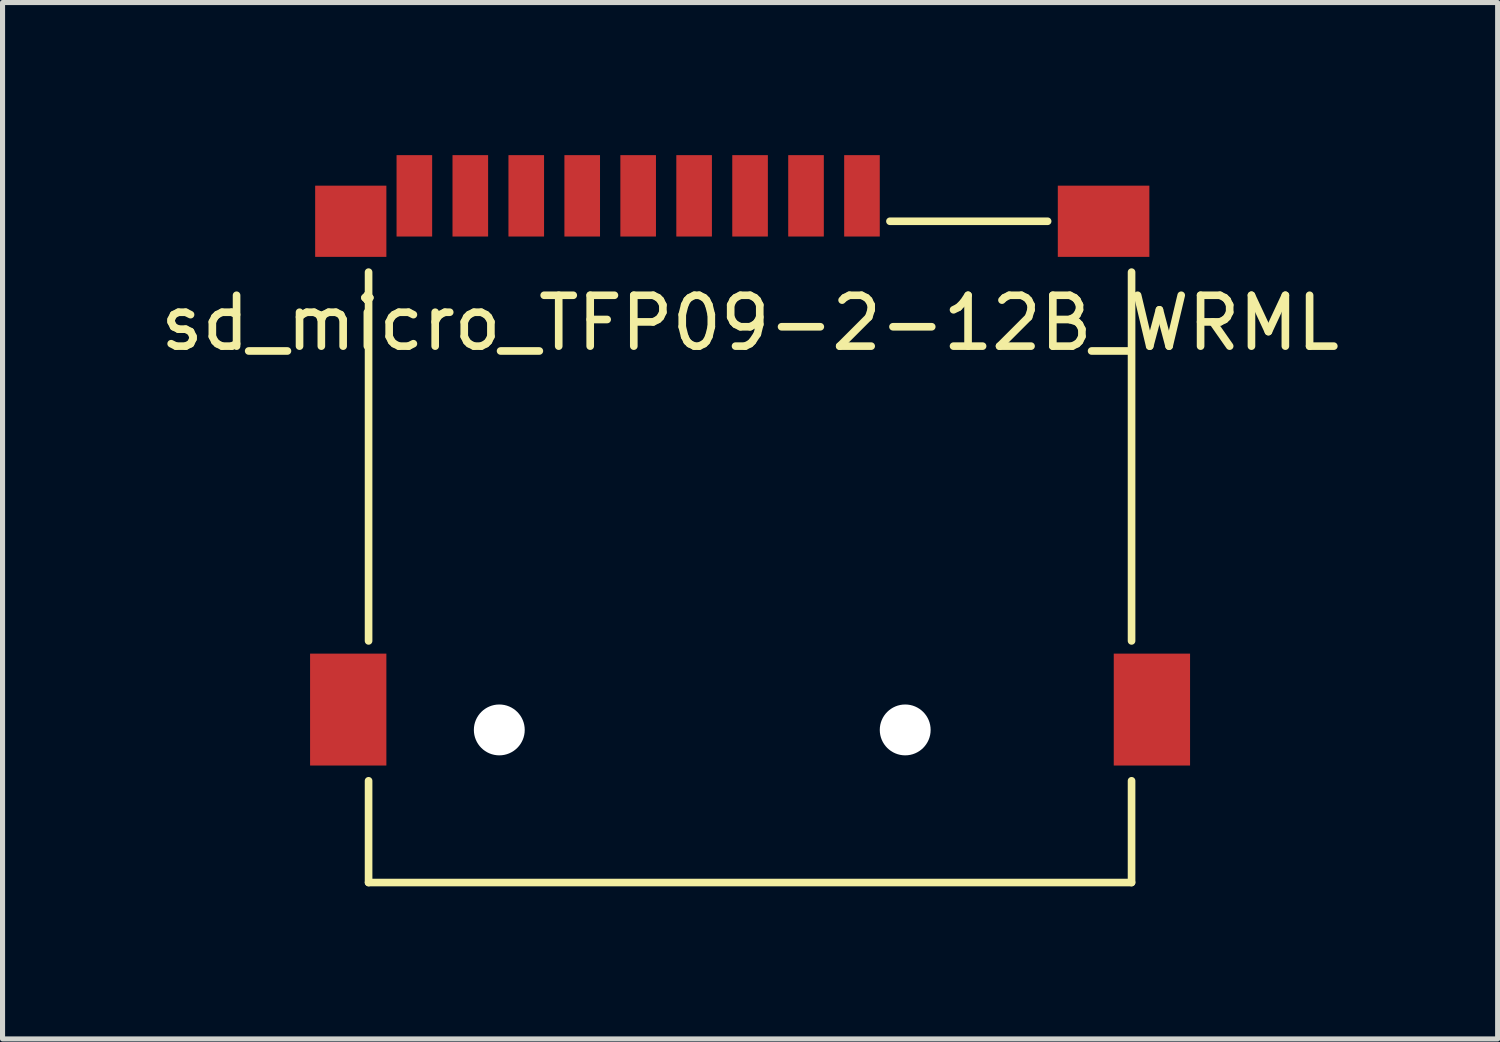
<source format=kicad_pcb>
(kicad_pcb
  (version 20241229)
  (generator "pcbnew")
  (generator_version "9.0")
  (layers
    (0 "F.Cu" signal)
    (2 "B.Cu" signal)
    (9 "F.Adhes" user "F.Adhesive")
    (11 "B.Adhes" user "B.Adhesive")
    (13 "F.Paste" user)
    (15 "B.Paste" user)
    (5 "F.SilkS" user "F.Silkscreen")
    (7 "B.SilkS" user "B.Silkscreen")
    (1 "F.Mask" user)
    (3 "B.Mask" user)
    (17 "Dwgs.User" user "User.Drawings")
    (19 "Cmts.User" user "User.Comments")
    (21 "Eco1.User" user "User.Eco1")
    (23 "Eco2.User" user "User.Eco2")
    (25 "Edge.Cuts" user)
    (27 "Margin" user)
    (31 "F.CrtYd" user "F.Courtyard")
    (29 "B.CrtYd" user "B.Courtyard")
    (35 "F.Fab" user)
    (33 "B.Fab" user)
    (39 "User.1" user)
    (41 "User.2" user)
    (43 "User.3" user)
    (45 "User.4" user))
  (footprint "sd_micro_TFP09-2-12B_WRML"
    (layer "F.Cu")
    (at 11.696 11.3)
    (property "Reference" "sd_micro_TFP09-2-12B_WRML" (at 0 -8 0) (layer "F.SilkS") (effects (font (size 1 1) (thickness 0.15))))
    (attr through_hole)
    (fp_line (start -7.5 -1.75) (end -7.5 -9) (stroke (width 0.15) (type solid)) (layer "F.SilkS"))
    (fp_line (start -7.5 3) (end -7.5 1) (stroke (width 0.15) (type solid)) (layer "F.SilkS"))
    (fp_line (start 5.85 -10) (end 2.75 -10) (stroke (width 0.15) (type solid)) (layer "F.SilkS"))
    (fp_line (start 7.5 -9) (end 7.5 -1.75) (stroke (width 0.15) (type solid)) (layer "F.SilkS"))
    (fp_line (start 7.5 3) (end -7.5 3) (stroke (width 0.15) (type solid)) (layer "F.SilkS"))
    (fp_line (start 7.5 3) (end 7.5 1) (stroke (width 0.15) (type solid)) (layer "F.SilkS"))
    (pad "" np_thru_hole circle (at -4.93 0) (size 1 1) (drill 1) (layers "*.Cu" "*.Mask"))
    (pad "" np_thru_hole circle (at 3.05 0) (size 1 1) (drill 1) (layers "*.Cu" "*.Mask"))
    (pad "1" smd rect (at 2.2 -10.5) (size 0.7 1.6) (layers "F.Cu" "F.Mask" "F.Paste"))
    (pad "2" smd rect (at 1.1 -10.5) (size 0.7 1.6) (layers "F.Cu" "F.Mask" "F.Paste"))
    (pad "3" smd rect (at 0 -10.5) (size 0.7 1.6) (layers "F.Cu" "F.Mask" "F.Paste"))
    (pad "4" smd rect (at -1.1 -10.5) (size 0.7 1.6) (layers "F.Cu" "F.Mask" "F.Paste"))
    (pad "5" smd rect (at -2.2 -10.5) (size 0.7 1.6) (layers "F.Cu" "F.Mask" "F.Paste"))
    (pad "6" smd rect (at -3.3 -10.5) (size 0.7 1.6) (layers "F.Cu" "F.Mask" "F.Paste"))
    (pad "7" smd rect (at -4.4 -10.5) (size 0.7 1.6) (layers "F.Cu" "F.Mask" "F.Paste"))
    (pad "8" smd rect (at -5.5 -10.5) (size 0.7 1.6) (layers "F.Cu" "F.Mask" "F.Paste"))
    (pad "9" smd rect (at -6.6 -10.5) (size 0.7 1.6) (layers "F.Cu" "F.Mask" "F.Paste"))
    (pad "10" smd rect (at -7.85 -10) (size 1.4 1.4) (layers "F.Cu" "F.Mask" "F.Paste"))
    (pad "11" smd rect (at 6.95 -10) (size 1.8 1.4) (layers "F.Cu" "F.Mask" "F.Paste"))
    (pad "12" smd rect (at 7.9 -0.4) (size 1.5 2.2) (layers "F.Cu" "F.Mask" "F.Paste"))
    (pad "13" smd rect (at -7.9 -0.4) (size 1.5 2.2) (layers "F.Cu" "F.Mask" "F.Paste")))
  (gr_rect
    (start -3 -3)
    (end 26.393 17.375)
    (stroke (width 0.1) (type default))
    (fill no)
    (layer "Edge.Cuts")))
</source>
